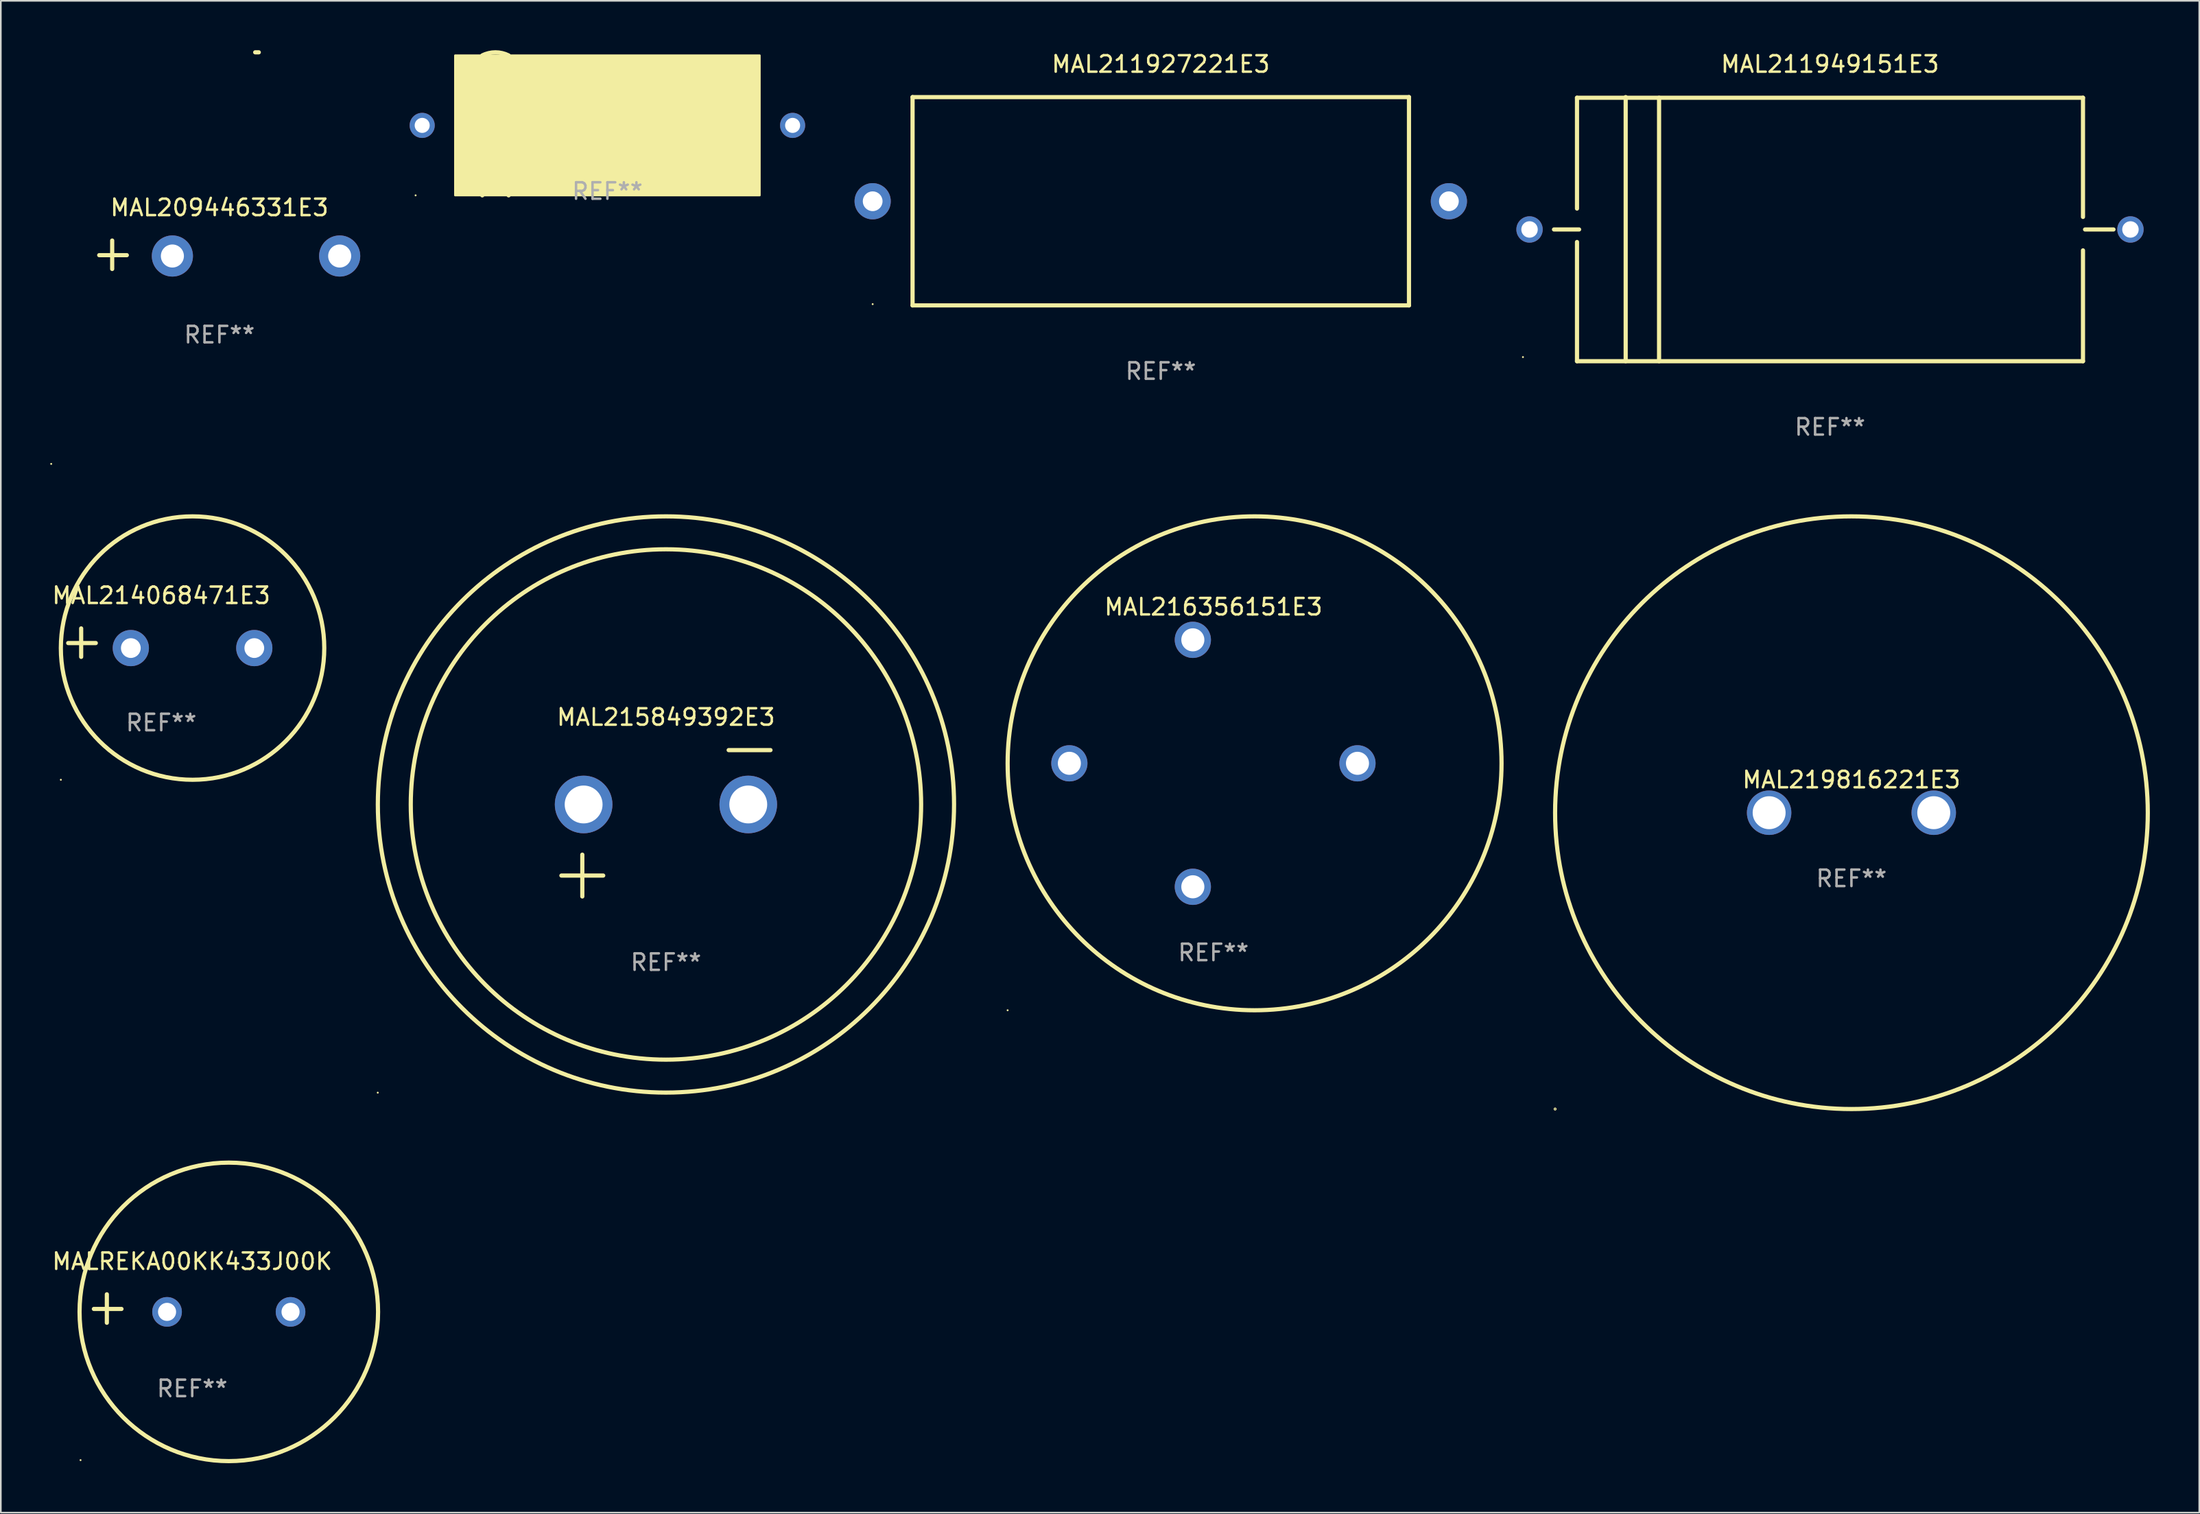
<source format=kicad_pcb>
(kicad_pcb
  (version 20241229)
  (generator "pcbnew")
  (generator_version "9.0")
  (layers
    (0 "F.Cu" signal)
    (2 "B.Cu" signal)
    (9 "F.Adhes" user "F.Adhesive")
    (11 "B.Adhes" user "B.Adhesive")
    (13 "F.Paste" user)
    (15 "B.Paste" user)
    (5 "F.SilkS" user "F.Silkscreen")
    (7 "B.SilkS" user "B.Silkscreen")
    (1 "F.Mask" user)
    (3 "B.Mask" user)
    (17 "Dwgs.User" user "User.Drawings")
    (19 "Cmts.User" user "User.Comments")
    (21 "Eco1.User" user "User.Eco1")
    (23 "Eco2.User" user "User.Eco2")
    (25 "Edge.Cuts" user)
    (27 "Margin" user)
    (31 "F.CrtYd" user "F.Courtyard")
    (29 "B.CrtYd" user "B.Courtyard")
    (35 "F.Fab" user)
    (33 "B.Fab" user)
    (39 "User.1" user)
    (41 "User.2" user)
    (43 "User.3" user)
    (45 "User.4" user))
  (footprint "MAL211949151E3"
    (layer "F.Cu")
    (at 108.105 10.869)
    (property "Reference" "MAL211949151E3" (at 0 -10.021 0) (layer "F.SilkS") (effects (font (size 1 1) (thickness 0.15))))
    (attr through_hole)
    (fp_line (start -15.367 -7.982) (end 15.367 -7.982) (stroke (width 0.254) (type solid)) (layer "F.SilkS"))
    (fp_line (start -15.367 -1.251) (end -15.367 -7.982) (stroke (width 0.254) (type solid)) (layer "F.SilkS"))
    (fp_line (start -15.367 8.021) (end -15.367 0.781) (stroke (width 0.254) (type solid)) (layer "F.SilkS"))
    (fp_line (start -15.24 0.019) (end -16.764 0.019) (stroke (width 0.254) (type solid)) (layer "F.SilkS"))
    (fp_line (start -12.41 -8.021) (end -12.41 8.021) (stroke (width 0.254) (type solid)) (layer "F.SilkS"))
    (fp_line (start -10.382 -7.982) (end -10.382 8.021) (stroke (width 0.254) (type solid)) (layer "F.SilkS"))
    (fp_line (start 15.367 -7.982) (end 15.367 -0.743) (stroke (width 0.254) (type solid)) (layer "F.SilkS"))
    (fp_line (start 15.367 1.289) (end 15.367 8.021) (stroke (width 0.254) (type solid)) (layer "F.SilkS"))
    (fp_line (start 15.367 8.021) (end -15.367 8.021) (stroke (width 0.254) (type solid)) (layer "F.SilkS"))
    (fp_line (start 15.494 0.019) (end 17.219 0.019) (stroke (width 0.254) (type solid)) (layer "F.SilkS"))
    (fp_circle (center -18.65 7.77) (end -18.62 7.77) (stroke (width 0.06) (type solid)) (fill no) (layer "F.SilkS"))
    (fp_text user "REF**" (at 0 12.021 0) (layer "F.Fab") (effects (font (size 1 1) (thickness 0.15))))
    (pad "1" thru_hole circle (at -18.25 0.019) (size 1.6 1.6) (drill 1) (layers "*.Cu" "*.Mask"))
    (pad "2" thru_hole circle (at 18.25 0.019) (size 1.6 1.6) (drill 1) (layers "*.Cu" "*.Mask")))
  (footprint "MAL215849392E3"
    (layer "F.Cu")
    (at 37.4 46.957)
    (property "Reference" "MAL215849392E3" (at 0 -6.445 0) (layer "F.SilkS") (effects (font (size 1 1) (thickness 0.15))))
    (attr through_hole)
    (fp_line (start -6.35 3.175) (end -3.81 3.175) (stroke (width 0.254) (type solid)) (layer "F.SilkS"))
    (fp_line (start -5.08 1.905) (end -5.08 4.445) (stroke (width 0.254) (type solid)) (layer "F.SilkS"))
    (fp_line (start 3.81 -4.445) (end 6.35 -4.445) (stroke (width 0.254) (type solid)) (layer "F.SilkS"))
    (fp_circle (center -17.505 16.362) (end -17.475 16.362) (stroke (width 0.06) (type solid)) (fill no) (layer "F.SilkS"))
    (fp_circle (center 0 -1.143) (end 15.5 -1.143) (stroke (width 0.254) (type solid)) (fill no) (layer "F.SilkS"))
    (fp_circle (center 0 -1.143) (end 17.5 -1.143) (stroke (width 0.254) (type solid)) (fill no) (layer "F.SilkS"))
    (fp_text user "REF**" (at 0 8.445 0) (layer "F.Fab") (effects (font (size 1 1) (thickness 0.15))))
    (pad "1" thru_hole circle (at -5 -1.143) (size 3.5 3.5) (drill 2.3) (layers "*.Cu" "*.Mask"))
    (pad "2" thru_hole circle (at 5 -1.143) (size 3.5 3.5) (drill 2.3) (layers "*.Cu" "*.Mask")))
  (footprint "MAL211834471E3"
    (layer "F.Cu")
    (at 33.844 4.566)
    (property "Reference" "MAL211834471E3" (at 0 -2 0) (layer "F.SilkS") (effects (font (size 1 1) (thickness 0.15))))
    (attr through_hole)
    (fp_arc (start -7.600077 4.250063) (mid -6.800064 3.450063) (end -6.000051 4.250064) (stroke (width 0.254001) (type solid)) (layer "F.SilkS"))
    (fp_arc (start -7.600025 -4.250064) (mid -6.800012 -4.43892) (end -5.999999 -4.250063) (stroke (width 0.254001) (type solid)) (layer "F.SilkS"))
    (fp_circle (center -11.65 4.25) (end -11.62 4.25) (stroke (width 0.06) (type solid)) (fill no) (layer "F.SilkS"))
    (fp_poly (pts (xy -9.25 -4.25) (xy 9.25 -4.25) (xy 9.25 4.25) (xy -9.25 4.25)) (stroke (width 0.12) (type solid)) (fill yes) (layer "F.SilkS"))
    (fp_text user "+" (at -7.623 -0.521 0) (layer "B.Mask") (effects (font (size 1 1) (thickness 0.15))))
    (fp_text user "+" (at -7.623 2.3 0) (layer "B.Mask") (effects (font (size 1 1) (thickness 0.15))))
    (fp_text user "REF**" (at 0 4 0) (layer "F.Fab") (effects (font (size 1 1) (thickness 0.15))))
    (pad "1" thru_hole circle (at -11.25 0) (size 1.524 1.524) (drill 0.914) (layers "*.Cu" "*.Mask"))
    (pad "2" thru_hole circle (at 11.25 0) (size 1.524 1.524) (drill 0.914) (layers "*.Cu" "*.Mask")))
  (footprint "MALREKA00KK433J00K"
    (layer "F.Cu")
    (at 8.625 76.431)
    (property "Reference" "MALREKA00KK433J00K" (at 0 -2.864 0) (layer "F.SilkS") (effects (font (size 1 1) (thickness 0.15))))
    (attr through_hole)
    (fp_line (start -5.185 0.864) (end -5.185 -0.864) (stroke (width 0.254) (type solid)) (layer "F.SilkS"))
    (fp_line (start -4.296 0.025) (end -5.973 0.025) (stroke (width 0.254) (type solid)) (layer "F.SilkS"))
    (fp_circle (center -6.783 9.208) (end -6.753 9.208) (stroke (width 0.06) (type solid)) (fill no) (layer "F.SilkS"))
    (fp_circle (center 2.223 0.203) (end 11.289 0.203) (stroke (width 0.254) (type solid)) (fill no) (layer "F.SilkS"))
    (fp_text user "REF**" (at 0 4.864 0) (layer "F.Fab") (effects (font (size 1 1) (thickness 0.15))))
    (pad "1" thru_hole circle (at -1.528 0.203) (size 1.8 1.8) (drill 1.1) (layers "*.Cu" "*.Mask"))
    (pad "2" thru_hole circle (at 5.973 0.203) (size 1.8 1.8) (drill 1.1) (layers "*.Cu" "*.Mask")))
  (footprint "MAL214068471E3"
    (layer "F.Cu")
    (at 6.744 35.984)
    (property "Reference" "MAL214068471E3" (at 0 -2.864 0) (layer "F.SilkS") (effects (font (size 1 1) (thickness 0.15))))
    (attr through_hole)
    (fp_line (start -4.864 0.864) (end -4.864 -0.864) (stroke (width 0.254) (type solid)) (layer "F.SilkS"))
    (fp_line (start -3.975 0.025) (end -5.652 0.025) (stroke (width 0.254) (type solid)) (layer "F.SilkS"))
    (fp_circle (center -6.098 8.33) (end -6.068 8.33) (stroke (width 0.06) (type solid)) (fill no) (layer "F.SilkS"))
    (fp_circle (center 1.902 0.33) (end 9.902 0.33) (stroke (width 0.254) (type solid)) (fill no) (layer "F.SilkS"))
    (fp_text user "REF**" (at 0 4.864 0) (layer "F.Fab") (effects (font (size 1 1) (thickness 0.15))))
    (pad "1" thru_hole circle (at -1.848 0.33) (size 2.2 2.2) (drill 1.2) (layers "*.Cu" "*.Mask"))
    (pad "2" thru_hole circle (at 5.652 0.33) (size 2.2 2.2) (drill 1.2) (layers "*.Cu" "*.Mask")))
  (footprint "MAL216356151E3"
    (layer "F.Cu")
    (at 70.654 43.314)
    (property "Reference" "MAL216356151E3" (at 0 -9.5 0) (layer "F.SilkS") (effects (font (size 1 1) (thickness 0.15))))
    (attr through_hole)
    (fp_circle (center -12.5 15) (end -12.47 15) (stroke (width 0.06) (type solid)) (fill no) (layer "F.SilkS"))
    (fp_circle (center 2.5 0) (end 17.5 0) (stroke (width 0.254) (type solid)) (fill no) (layer "F.SilkS"))
    (fp_text user "3" (at 10.623 1.016 0) (layer "B.Mask") (effects (font (size 1 1) (thickness 0.15))))
    (fp_text user "2" (at 0.623 -6.484 0) (layer "B.Mask") (effects (font (size 1 1) (thickness 0.15))))
    (fp_text user "1" (at 0.623 8.516 0) (layer "B.Mask") (effects (font (size 1 1) (thickness 0.15))))
    (fp_text user "REF**" (at 0 11.5 0) (layer "F.Fab") (effects (font (size 1 1) (thickness 0.15))))
    (pad "1" thru_hole circle (at -1.25 7.5) (size 2.2 2.2) (drill 1.4) (layers "*.Cu" "*.Mask"))
    (pad "2" thru_hole circle (at -1.25 -7.5) (size 2.2 2.2) (drill 1.4) (layers "*.Cu" "*.Mask"))
    (pad "3" thru_hole circle (at 8.75 0) (size 2.2 2.2) (drill 1.4) (layers "*.Cu" "*.Mask"))
    (pad "4" thru_hole circle (at -8.75 0) (size 2.2 2.2) (drill 1.4) (layers "*.Cu" "*.Mask")))
  (footprint "MAL211927221E3"
    (layer "F.Cu")
    (at 67.456 9.174)
    (property "Reference" "MAL211927221E3" (at 0 -8.326 0) (layer "F.SilkS") (effects (font (size 1 1) (thickness 0.15))))
    (attr through_hole)
    (fp_line (start -15.076 -6.326) (end 15.076 -6.326) (stroke (width 0.254) (type solid)) (layer "F.SilkS"))
    (fp_line (start -15.076 6.326) (end -15.076 -6.326) (stroke (width 0.254) (type solid)) (layer "F.SilkS"))
    (fp_line (start 15.076 -6.326) (end 15.076 6.326) (stroke (width 0.254) (type solid)) (layer "F.SilkS"))
    (fp_line (start 15.076 6.326) (end -15.076 6.326) (stroke (width 0.254) (type solid)) (layer "F.SilkS"))
    (fp_circle (center -17.5 6.25) (end -17.47 6.25) (stroke (width 0.06) (type solid)) (fill no) (layer "F.SilkS"))
    (fp_text user "REF**" (at 0 10.326 0) (layer "F.Fab") (effects (font (size 1 1) (thickness 0.15))))
    (pad "1" thru_hole circle (at -17.5 -0.000013) (size 2.2 2.2) (drill 1.2) (layers "*.Cu" "*.Mask"))
    (pad "2" thru_hole circle (at 17.5 -0.000013) (size 2.2 2.2) (drill 1.2) (layers "*.Cu" "*.Mask")))
  (footprint "MAL209446331E3"
    (layer "F.Cu")
    (at 10.279 12.424)
    (property "Reference" "MAL209446331E3" (at 0 -2.864 0) (layer "F.SilkS") (effects (font (size 1 1) (thickness 0.15))))
    (attr through_hole)
    (fp_line (start -6.515 0.864) (end -6.515 -0.864) (stroke (width 0.254) (type solid)) (layer "F.SilkS"))
    (fp_line (start -5.626 0.025) (end -7.303 0.025) (stroke (width 0.254) (type solid)) (layer "F.SilkS"))
    (fp_arc (start 2.171704 -12.296165) (mid 2.280925 -12.296638) (end 2.390145 -12.296165) (stroke (width 0.254001) (type solid)) (layer "F.SilkS"))
    (fp_circle (center -10.219 12.703) (end -10.189 12.703) (stroke (width 0.06) (type solid)) (fill no) (layer "F.SilkS"))
    (fp_text user "REF**" (at 0 4.864 0) (layer "F.Fab") (effects (font (size 1 1) (thickness 0.15))))
    (pad "1" thru_hole circle (at -2.858 0.076) (size 2.5 2.5) (drill 1.4) (layers "*.Cu" "*.Mask"))
    (pad "2" thru_hole circle (at 7.303 0.076) (size 2.5 2.5) (drill 1.4) (layers "*.Cu" "*.Mask")))
  (footprint "MAL219816221E3"
    (layer "F.Cu")
    (at 109.408 46.314)
    (property "Reference" "MAL219816221E3" (at 0 -2 0) (layer "F.SilkS") (effects (font (size 1 1) (thickness 0.15))))
    (attr through_hole)
    (fp_circle (center -17.999 18) (end -17.97 18) (stroke (width 0.06) (type solid)) (fill no) (layer "F.SilkS"))
    (fp_circle (center 0 0) (end 18 0) (stroke (width 0.254) (type solid)) (fill no) (layer "F.SilkS"))
    (fp_text user "REF**" (at 0 4 0) (layer "F.Fab") (effects (font (size 1 1) (thickness 0.15))))
    (pad "1" thru_hole circle (at -5 0) (size 2.7 2.7) (drill 2) (layers "*.Cu" "*.Mask"))
    (pad "2" thru_hole circle (at 5 0) (size 2.7 2.7) (drill 2) (layers "*.Cu" "*.Mask")))
  (gr_rect
    (start -3 -3)
    (end 130.535 88.827)
    (stroke (width 0.1) (type default))
    (fill no)
    (layer "Edge.Cuts")))
</source>
